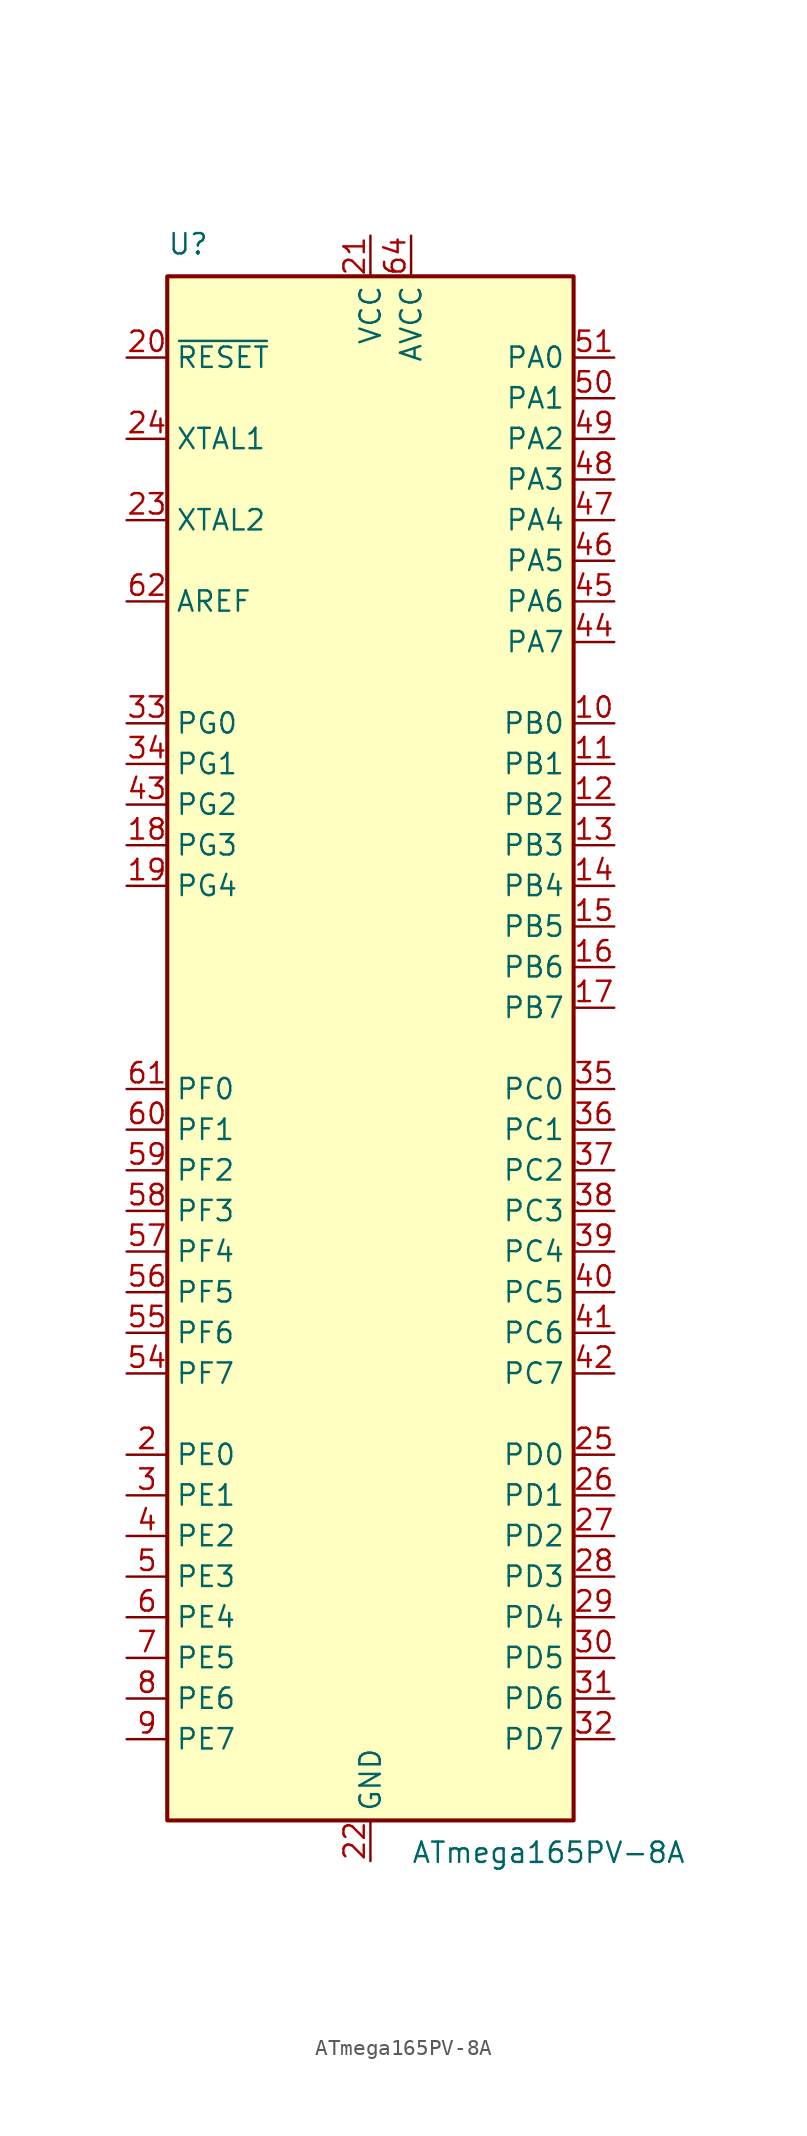
<source format=kicad_sym>
(kicad_symbol_lib
  (version 20211014)
  (generator kicad_symbol_editor)
  (symbol "ATmega165PV-8A"
    (property "Reference" "U"
      (at -12.7 49.53 0)
      (effects (font (size 1.27 1.27)) (justify left bottom)))
    (property "Value" "ATmega165PV-8A"
      (at 2.54 -49.53 0)
      (effects (font (size 1.27 1.27)) (justify left top)))
    (symbol "ATmega165PV-8A_0_1"
      (rectangle (start -12.7 -48.26) (end 12.7 48.26) (stroke (width 0.254) (type default) (color 0 0 0 0)) (fill (type background))))
    (symbol "ATmega165PV-8A_1_1"
      (pin no_connect line (at -12.7 -45.72 0) (length 2.54) hide (name "NC" (effects (font (size 1.27 1.27)))) (number "1" (effects (font (size 1.27 1.27)))))
      (pin bidirectional line (at 15.24 20.32 180) (length 2.54) (name "PB0" (effects (font (size 1.27 1.27)))) (number "10" (effects (font (size 1.27 1.27)))))
      (pin bidirectional line (at 15.24 17.78 180) (length 2.54) (name "PB1" (effects (font (size 1.27 1.27)))) (number "11" (effects (font (size 1.27 1.27)))))
      (pin bidirectional line (at 15.24 15.24 180) (length 2.54) (name "PB2" (effects (font (size 1.27 1.27)))) (number "12" (effects (font (size 1.27 1.27)))))
      (pin bidirectional line (at 15.24 12.7 180) (length 2.54) (name "PB3" (effects (font (size 1.27 1.27)))) (number "13" (effects (font (size 1.27 1.27)))))
      (pin bidirectional line (at 15.24 10.16 180) (length 2.54) (name "PB4" (effects (font (size 1.27 1.27)))) (number "14" (effects (font (size 1.27 1.27)))))
      (pin bidirectional line (at 15.24 7.62 180) (length 2.54) (name "PB5" (effects (font (size 1.27 1.27)))) (number "15" (effects (font (size 1.27 1.27)))))
      (pin bidirectional line (at 15.24 5.08 180) (length 2.54) (name "PB6" (effects (font (size 1.27 1.27)))) (number "16" (effects (font (size 1.27 1.27)))))
      (pin bidirectional line (at 15.24 2.54 180) (length 2.54) (name "PB7" (effects (font (size 1.27 1.27)))) (number "17" (effects (font (size 1.27 1.27)))))
      (pin bidirectional line (at -15.24 12.7 0) (length 2.54) (name "PG3" (effects (font (size 1.27 1.27)))) (number "18" (effects (font (size 1.27 1.27)))))
      (pin bidirectional line (at -15.24 10.16 0) (length 2.54) (name "PG4" (effects (font (size 1.27 1.27)))) (number "19" (effects (font (size 1.27 1.27)))))
      (pin bidirectional line (at -15.24 -25.4 0) (length 2.54) (name "PE0" (effects (font (size 1.27 1.27)))) (number "2" (effects (font (size 1.27 1.27)))))
      (pin input line (at -15.24 43.18 0) (length 2.54) (name "~{RESET}" (effects (font (size 1.27 1.27)))) (number "20" (effects (font (size 1.27 1.27)))))
      (pin power_in line (at 0 50.8 270) (length 2.54) (name "VCC" (effects (font (size 1.27 1.27)))) (number "21" (effects (font (size 1.27 1.27)))))
      (pin power_in line (at 0 -50.8 90) (length 2.54) (name "GND" (effects (font (size 1.27 1.27)))) (number "22" (effects (font (size 1.27 1.27)))))
      (pin output line (at -15.24 33.02 0) (length 2.54) (name "XTAL2" (effects (font (size 1.27 1.27)))) (number "23" (effects (font (size 1.27 1.27)))))
      (pin input line (at -15.24 38.1 0) (length 2.54) (name "XTAL1" (effects (font (size 1.27 1.27)))) (number "24" (effects (font (size 1.27 1.27)))))
      (pin bidirectional line (at 15.24 -25.4 180) (length 2.54) (name "PD0" (effects (font (size 1.27 1.27)))) (number "25" (effects (font (size 1.27 1.27)))))
      (pin bidirectional line (at 15.24 -27.94 180) (length 2.54) (name "PD1" (effects (font (size 1.27 1.27)))) (number "26" (effects (font (size 1.27 1.27)))))
      (pin bidirectional line (at 15.24 -30.48 180) (length 2.54) (name "PD2" (effects (font (size 1.27 1.27)))) (number "27" (effects (font (size 1.27 1.27)))))
      (pin bidirectional line (at 15.24 -33.02 180) (length 2.54) (name "PD3" (effects (font (size 1.27 1.27)))) (number "28" (effects (font (size 1.27 1.27)))))
      (pin bidirectional line (at 15.24 -35.56 180) (length 2.54) (name "PD4" (effects (font (size 1.27 1.27)))) (number "29" (effects (font (size 1.27 1.27)))))
      (pin bidirectional line (at -15.24 -27.94 0) (length 2.54) (name "PE1" (effects (font (size 1.27 1.27)))) (number "3" (effects (font (size 1.27 1.27)))))
      (pin bidirectional line (at 15.24 -38.1 180) (length 2.54) (name "PD5" (effects (font (size 1.27 1.27)))) (number "30" (effects (font (size 1.27 1.27)))))
      (pin bidirectional line (at 15.24 -40.64 180) (length 2.54) (name "PD6" (effects (font (size 1.27 1.27)))) (number "31" (effects (font (size 1.27 1.27)))))
      (pin bidirectional line (at 15.24 -43.18 180) (length 2.54) (name "PD7" (effects (font (size 1.27 1.27)))) (number "32" (effects (font (size 1.27 1.27)))))
      (pin bidirectional line (at -15.24 20.32 0) (length 2.54) (name "PG0" (effects (font (size 1.27 1.27)))) (number "33" (effects (font (size 1.27 1.27)))))
      (pin bidirectional line (at -15.24 17.78 0) (length 2.54) (name "PG1" (effects (font (size 1.27 1.27)))) (number "34" (effects (font (size 1.27 1.27)))))
      (pin bidirectional line (at 15.24 -2.54 180) (length 2.54) (name "PC0" (effects (font (size 1.27 1.27)))) (number "35" (effects (font (size 1.27 1.27)))))
      (pin bidirectional line (at 15.24 -5.08 180) (length 2.54) (name "PC1" (effects (font (size 1.27 1.27)))) (number "36" (effects (font (size 1.27 1.27)))))
      (pin bidirectional line (at 15.24 -7.62 180) (length 2.54) (name "PC2" (effects (font (size 1.27 1.27)))) (number "37" (effects (font (size 1.27 1.27)))))
      (pin bidirectional line (at 15.24 -10.16 180) (length 2.54) (name "PC3" (effects (font (size 1.27 1.27)))) (number "38" (effects (font (size 1.27 1.27)))))
      (pin bidirectional line (at 15.24 -12.7 180) (length 2.54) (name "PC4" (effects (font (size 1.27 1.27)))) (number "39" (effects (font (size 1.27 1.27)))))
      (pin bidirectional line (at -15.24 -30.48 0) (length 2.54) (name "PE2" (effects (font (size 1.27 1.27)))) (number "4" (effects (font (size 1.27 1.27)))))
      (pin bidirectional line (at 15.24 -15.24 180) (length 2.54) (name "PC5" (effects (font (size 1.27 1.27)))) (number "40" (effects (font (size 1.27 1.27)))))
      (pin bidirectional line (at 15.24 -17.78 180) (length 2.54) (name "PC6" (effects (font (size 1.27 1.27)))) (number "41" (effects (font (size 1.27 1.27)))))
      (pin bidirectional line (at 15.24 -20.32 180) (length 2.54) (name "PC7" (effects (font (size 1.27 1.27)))) (number "42" (effects (font (size 1.27 1.27)))))
      (pin bidirectional line (at -15.24 15.24 0) (length 2.54) (name "PG2" (effects (font (size 1.27 1.27)))) (number "43" (effects (font (size 1.27 1.27)))))
      (pin bidirectional line (at 15.24 25.4 180) (length 2.54) (name "PA7" (effects (font (size 1.27 1.27)))) (number "44" (effects (font (size 1.27 1.27)))))
      (pin bidirectional line (at 15.24 27.94 180) (length 2.54) (name "PA6" (effects (font (size 1.27 1.27)))) (number "45" (effects (font (size 1.27 1.27)))))
      (pin bidirectional line (at 15.24 30.48 180) (length 2.54) (name "PA5" (effects (font (size 1.27 1.27)))) (number "46" (effects (font (size 1.27 1.27)))))
      (pin bidirectional line (at 15.24 33.02 180) (length 2.54) (name "PA4" (effects (font (size 1.27 1.27)))) (number "47" (effects (font (size 1.27 1.27)))))
      (pin bidirectional line (at 15.24 35.56 180) (length 2.54) (name "PA3" (effects (font (size 1.27 1.27)))) (number "48" (effects (font (size 1.27 1.27)))))
      (pin bidirectional line (at 15.24 38.1 180) (length 2.54) (name "PA2" (effects (font (size 1.27 1.27)))) (number "49" (effects (font (size 1.27 1.27)))))
      (pin bidirectional line (at -15.24 -33.02 0) (length 2.54) (name "PE3" (effects (font (size 1.27 1.27)))) (number "5" (effects (font (size 1.27 1.27)))))
      (pin bidirectional line (at 15.24 40.64 180) (length 2.54) (name "PA1" (effects (font (size 1.27 1.27)))) (number "50" (effects (font (size 1.27 1.27)))))
      (pin bidirectional line (at 15.24 43.18 180) (length 2.54) (name "PA0" (effects (font (size 1.27 1.27)))) (number "51" (effects (font (size 1.27 1.27)))))
      (pin passive line (at 0 50.8 270) (length 2.54) hide (name "VCC" (effects (font (size 1.27 1.27)))) (number "52" (effects (font (size 1.27 1.27)))))
      (pin passive line (at 0 -50.8 90) (length 2.54) hide (name "GND" (effects (font (size 1.27 1.27)))) (number "53" (effects (font (size 1.27 1.27)))))
      (pin bidirectional line (at -15.24 -20.32 0) (length 2.54) (name "PF7" (effects (font (size 1.27 1.27)))) (number "54" (effects (font (size 1.27 1.27)))))
      (pin bidirectional line (at -15.24 -17.78 0) (length 2.54) (name "PF6" (effects (font (size 1.27 1.27)))) (number "55" (effects (font (size 1.27 1.27)))))
      (pin bidirectional line (at -15.24 -15.24 0) (length 2.54) (name "PF5" (effects (font (size 1.27 1.27)))) (number "56" (effects (font (size 1.27 1.27)))))
      (pin bidirectional line (at -15.24 -12.7 0) (length 2.54) (name "PF4" (effects (font (size 1.27 1.27)))) (number "57" (effects (font (size 1.27 1.27)))))
      (pin bidirectional line (at -15.24 -10.16 0) (length 2.54) (name "PF3" (effects (font (size 1.27 1.27)))) (number "58" (effects (font (size 1.27 1.27)))))
      (pin bidirectional line (at -15.24 -7.62 0) (length 2.54) (name "PF2" (effects (font (size 1.27 1.27)))) (number "59" (effects (font (size 1.27 1.27)))))
      (pin bidirectional line (at -15.24 -35.56 0) (length 2.54) (name "PE4" (effects (font (size 1.27 1.27)))) (number "6" (effects (font (size 1.27 1.27)))))
      (pin bidirectional line (at -15.24 -5.08 0) (length 2.54) (name "PF1" (effects (font (size 1.27 1.27)))) (number "60" (effects (font (size 1.27 1.27)))))
      (pin bidirectional line (at -15.24 -2.54 0) (length 2.54) (name "PF0" (effects (font (size 1.27 1.27)))) (number "61" (effects (font (size 1.27 1.27)))))
      (pin passive line (at -15.24 27.94 0) (length 2.54) (name "AREF" (effects (font (size 1.27 1.27)))) (number "62" (effects (font (size 1.27 1.27)))))
      (pin passive line (at 0 -50.8 90) (length 2.54) hide (name "GND" (effects (font (size 1.27 1.27)))) (number "63" (effects (font (size 1.27 1.27)))))
      (pin power_in line (at 2.54 50.8 270) (length 2.54) (name "AVCC" (effects (font (size 1.27 1.27)))) (number "64" (effects (font (size 1.27 1.27)))))
      (pin bidirectional line (at -15.24 -38.1 0) (length 2.54) (name "PE5" (effects (font (size 1.27 1.27)))) (number "7" (effects (font (size 1.27 1.27)))))
      (pin bidirectional line (at -15.24 -40.64 0) (length 2.54) (name "PE6" (effects (font (size 1.27 1.27)))) (number "8" (effects (font (size 1.27 1.27)))))
      (pin bidirectional line (at -15.24 -43.18 0) (length 2.54) (name "PE7" (effects (font (size 1.27 1.27)))) (number "9" (effects (font (size 1.27 1.27))))))))
</source>
